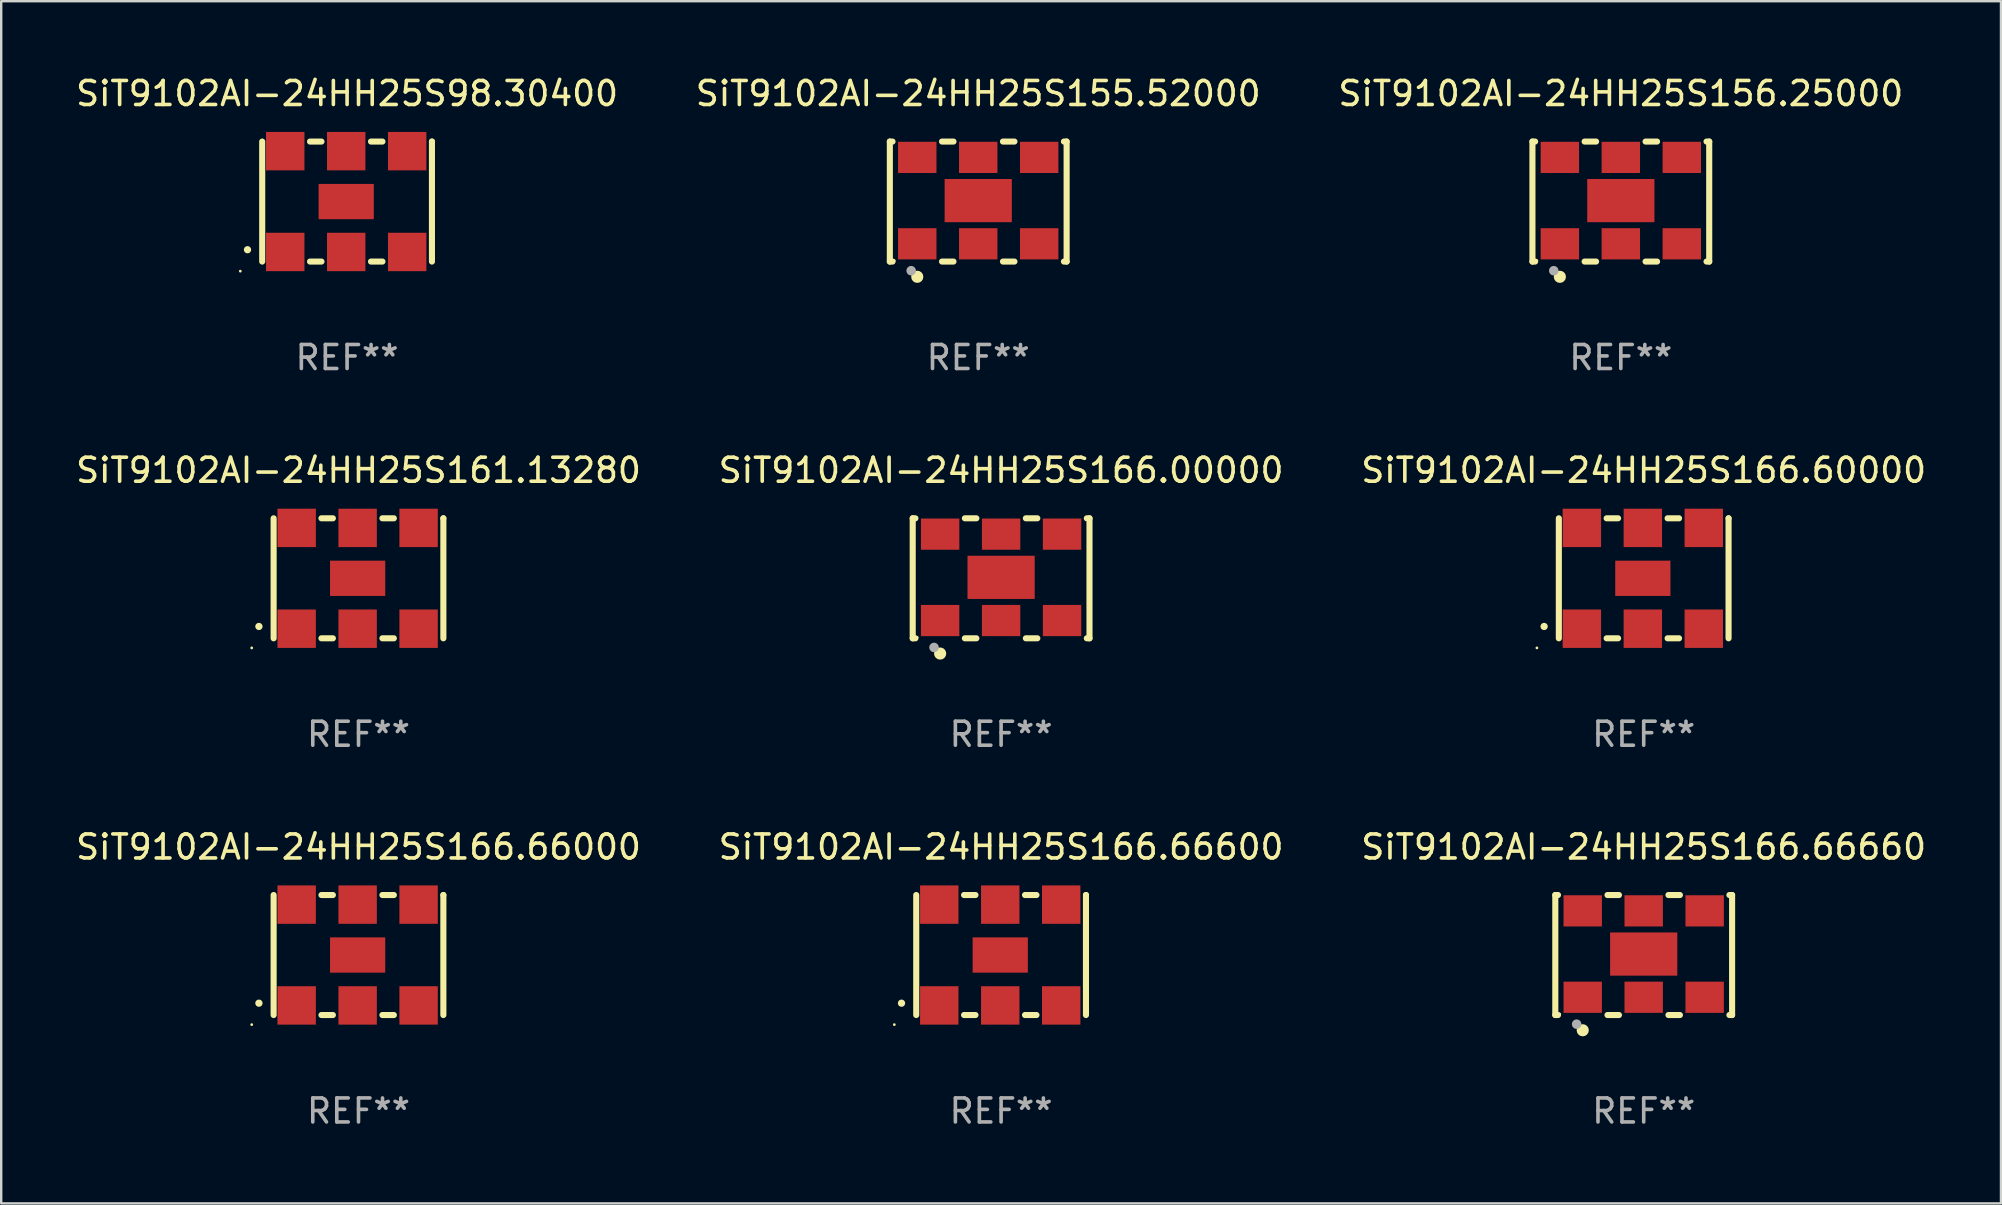
<source format=kicad_pcb>
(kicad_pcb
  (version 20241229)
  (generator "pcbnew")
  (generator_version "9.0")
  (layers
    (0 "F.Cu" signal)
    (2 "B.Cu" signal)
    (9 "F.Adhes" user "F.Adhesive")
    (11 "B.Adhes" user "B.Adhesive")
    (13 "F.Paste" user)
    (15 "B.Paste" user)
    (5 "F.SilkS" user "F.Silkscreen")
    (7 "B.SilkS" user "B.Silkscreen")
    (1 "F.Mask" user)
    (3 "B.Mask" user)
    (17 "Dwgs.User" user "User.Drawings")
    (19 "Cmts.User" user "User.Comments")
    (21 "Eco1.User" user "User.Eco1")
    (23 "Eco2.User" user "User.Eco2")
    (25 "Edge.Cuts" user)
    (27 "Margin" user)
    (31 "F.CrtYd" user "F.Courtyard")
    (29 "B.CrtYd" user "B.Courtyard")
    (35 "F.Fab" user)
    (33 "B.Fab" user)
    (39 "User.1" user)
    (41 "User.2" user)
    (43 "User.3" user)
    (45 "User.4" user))
  (footprint "SiT9102AI-24HH25S156.25000"
    (layer "F.Cu")
    (at 64.482 5.348)
    (property "Reference" "SiT9102AI-24HH25S156.25000" (at 0 -4.5 0) (layer "F.SilkS") (effects (font (size 1 1) (thickness 0.15))))
    (attr through_hole)
    (fp_line (start -3.683 -2.5) (end -3.571 -2.5) (stroke (width 0.254) (type solid)) (layer "F.SilkS"))
    (fp_line (start -3.683 2.5) (end -3.683 -2.5) (stroke (width 0.254) (type solid)) (layer "F.SilkS"))
    (fp_line (start -3.683 2.5) (end -3.571 2.5) (stroke (width 0.254) (type solid)) (layer "F.SilkS"))
    (fp_line (start -1.509 -2.5) (end -1.031 -2.5) (stroke (width 0.254) (type solid)) (layer "F.SilkS"))
    (fp_line (start -1.509 2.5) (end -1.031 2.5) (stroke (width 0.254) (type solid)) (layer "F.SilkS"))
    (fp_line (start 1.031 -2.5) (end 1.509 -2.5) (stroke (width 0.254) (type solid)) (layer "F.SilkS"))
    (fp_line (start 1.031 2.5) (end 1.509 2.5) (stroke (width 0.254) (type solid)) (layer "F.SilkS"))
    (fp_line (start 3.571 -2.5) (end 3.683 -2.5) (stroke (width 0.254) (type solid)) (layer "F.SilkS"))
    (fp_line (start 3.571 2.5) (end 3.683 2.5) (stroke (width 0.254) (type solid)) (layer "F.SilkS"))
    (fp_line (start 3.683 2.5) (end 3.683 -2.5) (stroke (width 0.254) (type solid)) (layer "F.SilkS"))
    (fp_circle (center -3.5 2.46) (end -3.47 2.46) (stroke (width 0.06) (type solid)) (fill no) (layer "F.SilkS"))
    (fp_circle (center -2.54 3.135) (end -2.413 3.135) (stroke (width 0.254) (type solid)) (fill no) (layer "F.SilkS"))
    (fp_circle (center -2.794 2.881) (end -2.694 2.881) (stroke (width 0.2) (type solid)) (fill no) (layer "F.Fab"))
    (fp_text user "REF**" (at 0 6.5 0) (layer "F.Fab") (effects (font (size 1 1) (thickness 0.15))))
    (pad "1" smd rect (at -2.54 1.76) (size 1.6 1.3) (layers "F.Cu" "F.Mask" "F.Paste"))
    (pad "2" smd rect (at 0 1.76) (size 1.6 1.3) (layers "F.Cu" "F.Mask" "F.Paste"))
    (pad "3" smd rect (at 2.54 1.76) (size 1.6 1.3) (layers "F.Cu" "F.Mask" "F.Paste"))
    (pad "4" smd rect (at 2.54 -1.84) (size 1.6 1.3) (layers "F.Cu" "F.Mask" "F.Paste"))
    (pad "5" smd rect (at 0 -1.84) (size 1.6 1.3) (layers "F.Cu" "F.Mask" "F.Paste"))
    (pad "6" smd rect (at -2.54 -1.84) (size 1.6 1.3) (layers "F.Cu" "F.Mask" "F.Paste"))
    (pad "7" smd rect (at 0 -0.04) (size 2.8 1.8) (layers "F.Cu" "F.Mask" "F.Paste")))
  (footprint "SiT9102AI-24HH25S166.66660"
    (layer "F.Cu")
    (at 65.435 36.741)
    (property "Reference" "SiT9102AI-24HH25S166.66660" (at 0 -4.5 0) (layer "F.SilkS") (effects (font (size 1 1) (thickness 0.15))))
    (attr through_hole)
    (fp_line (start -3.683 -2.5) (end -3.571 -2.5) (stroke (width 0.254) (type solid)) (layer "F.SilkS"))
    (fp_line (start -3.683 2.5) (end -3.683 -2.5) (stroke (width 0.254) (type solid)) (layer "F.SilkS"))
    (fp_line (start -3.683 2.5) (end -3.571 2.5) (stroke (width 0.254) (type solid)) (layer "F.SilkS"))
    (fp_line (start -1.509 -2.5) (end -1.031 -2.5) (stroke (width 0.254) (type solid)) (layer "F.SilkS"))
    (fp_line (start -1.509 2.5) (end -1.031 2.5) (stroke (width 0.254) (type solid)) (layer "F.SilkS"))
    (fp_line (start 1.031 -2.5) (end 1.509 -2.5) (stroke (width 0.254) (type solid)) (layer "F.SilkS"))
    (fp_line (start 1.031 2.5) (end 1.509 2.5) (stroke (width 0.254) (type solid)) (layer "F.SilkS"))
    (fp_line (start 3.571 -2.5) (end 3.683 -2.5) (stroke (width 0.254) (type solid)) (layer "F.SilkS"))
    (fp_line (start 3.571 2.5) (end 3.683 2.5) (stroke (width 0.254) (type solid)) (layer "F.SilkS"))
    (fp_line (start 3.683 2.5) (end 3.683 -2.5) (stroke (width 0.254) (type solid)) (layer "F.SilkS"))
    (fp_circle (center -3.5 2.46) (end -3.47 2.46) (stroke (width 0.06) (type solid)) (fill no) (layer "F.SilkS"))
    (fp_circle (center -2.54 3.135) (end -2.413 3.135) (stroke (width 0.254) (type solid)) (fill no) (layer "F.SilkS"))
    (fp_circle (center -2.794 2.881) (end -2.694 2.881) (stroke (width 0.2) (type solid)) (fill no) (layer "F.Fab"))
    (fp_text user "REF**" (at 0 6.5 0) (layer "F.Fab") (effects (font (size 1 1) (thickness 0.15))))
    (pad "1" smd rect (at -2.54 1.76) (size 1.6 1.3) (layers "F.Cu" "F.Mask" "F.Paste"))
    (pad "2" smd rect (at 0 1.76) (size 1.6 1.3) (layers "F.Cu" "F.Mask" "F.Paste"))
    (pad "3" smd rect (at 2.54 1.76) (size 1.6 1.3) (layers "F.Cu" "F.Mask" "F.Paste"))
    (pad "4" smd rect (at 2.54 -1.84) (size 1.6 1.3) (layers "F.Cu" "F.Mask" "F.Paste"))
    (pad "5" smd rect (at 0 -1.84) (size 1.6 1.3) (layers "F.Cu" "F.Mask" "F.Paste"))
    (pad "6" smd rect (at -2.54 -1.84) (size 1.6 1.3) (layers "F.Cu" "F.Mask" "F.Paste"))
    (pad "7" smd rect (at 0 -0.04) (size 2.8 1.8) (layers "F.Cu" "F.Mask" "F.Paste")))
  (footprint "SiT9102AI-24HH25S166.66600"
    (layer "F.Cu")
    (at 38.661 36.741)
    (property "Reference" "SiT9102AI-24HH25S166.66600" (at 0 -4.5 0) (layer "F.SilkS") (effects (font (size 1 1) (thickness 0.15))))
    (attr through_hole)
    (fp_line (start -3.536 -2.5) (end -3.536 2.5) (stroke (width 0.254) (type solid)) (layer "F.SilkS"))
    (fp_line (start -1.544 2.5) (end -1.067 2.5) (stroke (width 0.254) (type solid)) (layer "F.SilkS"))
    (fp_line (start -1.067 -2.5) (end -1.544 -2.5) (stroke (width 0.254) (type solid)) (layer "F.SilkS"))
    (fp_line (start 0.996 2.5) (end 1.473 2.5) (stroke (width 0.254) (type solid)) (layer "F.SilkS"))
    (fp_line (start 1.473 -2.5) (end 0.996 -2.5) (stroke (width 0.254) (type solid)) (layer "F.SilkS"))
    (fp_line (start 3.536 -2.5) (end 3.536 -2.5) (stroke (width 0.254) (type solid)) (layer "F.SilkS"))
    (fp_line (start 3.536 2.5) (end 3.536 -2.5) (stroke (width 0.254) (type solid)) (layer "F.SilkS"))
    (fp_arc (start -4.150432 2.006604) (mid -4.149162 2.006599) (end -4.147892 2.006604) (stroke (width 0.3) (type solid)) (layer "F.SilkS"))
    (fp_circle (center -4.449 2.9) (end -4.419 2.9) (stroke (width 0.06) (type solid)) (fill no) (layer "F.SilkS"))
    (fp_text user "REF**" (at 0 6.5 0) (layer "F.Fab") (effects (font (size 1 1) (thickness 0.15))))
    (pad "1" smd rect (at -2.576 2.1) (size 1.6 1.6) (layers "F.Cu" "F.Mask" "F.Paste"))
    (pad "2" smd rect (at -0.036 2.1) (size 1.6 1.6) (layers "F.Cu" "F.Mask" "F.Paste"))
    (pad "3" smd rect (at 2.504 2.1) (size 1.6 1.6) (layers "F.Cu" "F.Mask" "F.Paste"))
    (pad "4" smd rect (at 2.504 -2.1) (size 1.6 1.6) (layers "F.Cu" "F.Mask" "F.Paste"))
    (pad "5" smd rect (at -0.036 -2.1) (size 1.6 1.6) (layers "F.Cu" "F.Mask" "F.Paste"))
    (pad "6" smd rect (at -2.576 -2.1) (size 1.6 1.6) (layers "F.Cu" "F.Mask" "F.Paste"))
    (pad "7" smd rect (at -0.036 0) (size 2.3 1.47) (layers "F.Cu" "F.Mask" "F.Paste")))
  (footprint "SiT9102AI-24HH25S166.00000"
    (layer "F.Cu")
    (at 38.661 21.045)
    (property "Reference" "SiT9102AI-24HH25S166.00000" (at 0 -4.5 0) (layer "F.SilkS") (effects (font (size 1 1) (thickness 0.15))))
    (attr through_hole)
    (fp_line (start -3.683 -2.5) (end -3.571 -2.5) (stroke (width 0.254) (type solid)) (layer "F.SilkS"))
    (fp_line (start -3.683 2.5) (end -3.683 -2.5) (stroke (width 0.254) (type solid)) (layer "F.SilkS"))
    (fp_line (start -3.683 2.5) (end -3.571 2.5) (stroke (width 0.254) (type solid)) (layer "F.SilkS"))
    (fp_line (start -1.509 -2.5) (end -1.031 -2.5) (stroke (width 0.254) (type solid)) (layer "F.SilkS"))
    (fp_line (start -1.509 2.5) (end -1.031 2.5) (stroke (width 0.254) (type solid)) (layer "F.SilkS"))
    (fp_line (start 1.031 -2.5) (end 1.509 -2.5) (stroke (width 0.254) (type solid)) (layer "F.SilkS"))
    (fp_line (start 1.031 2.5) (end 1.509 2.5) (stroke (width 0.254) (type solid)) (layer "F.SilkS"))
    (fp_line (start 3.571 -2.5) (end 3.683 -2.5) (stroke (width 0.254) (type solid)) (layer "F.SilkS"))
    (fp_line (start 3.571 2.5) (end 3.683 2.5) (stroke (width 0.254) (type solid)) (layer "F.SilkS"))
    (fp_line (start 3.683 2.5) (end 3.683 -2.5) (stroke (width 0.254) (type solid)) (layer "F.SilkS"))
    (fp_circle (center -3.5 2.46) (end -3.47 2.46) (stroke (width 0.06) (type solid)) (fill no) (layer "F.SilkS"))
    (fp_circle (center -2.54 3.135) (end -2.413 3.135) (stroke (width 0.254) (type solid)) (fill no) (layer "F.SilkS"))
    (fp_circle (center -2.794 2.881) (end -2.694 2.881) (stroke (width 0.2) (type solid)) (fill no) (layer "F.Fab"))
    (fp_text user "REF**" (at 0 6.5 0) (layer "F.Fab") (effects (font (size 1 1) (thickness 0.15))))
    (pad "1" smd rect (at -2.54 1.76) (size 1.6 1.3) (layers "F.Cu" "F.Mask" "F.Paste"))
    (pad "2" smd rect (at 0 1.76) (size 1.6 1.3) (layers "F.Cu" "F.Mask" "F.Paste"))
    (pad "3" smd rect (at 2.54 1.76) (size 1.6 1.3) (layers "F.Cu" "F.Mask" "F.Paste"))
    (pad "4" smd rect (at 2.54 -1.84) (size 1.6 1.3) (layers "F.Cu" "F.Mask" "F.Paste"))
    (pad "5" smd rect (at 0 -1.84) (size 1.6 1.3) (layers "F.Cu" "F.Mask" "F.Paste"))
    (pad "6" smd rect (at -2.54 -1.84) (size 1.6 1.3) (layers "F.Cu" "F.Mask" "F.Paste"))
    (pad "7" smd rect (at 0 -0.04) (size 2.8 1.8) (layers "F.Cu" "F.Mask" "F.Paste")))
  (footprint "SiT9102AI-24HH25S155.52000"
    (layer "F.Cu")
    (at 37.708 5.348)
    (property "Reference" "SiT9102AI-24HH25S155.52000" (at 0 -4.5 0) (layer "F.SilkS") (effects (font (size 1 1) (thickness 0.15))))
    (attr through_hole)
    (fp_line (start -3.683 -2.5) (end -3.571 -2.5) (stroke (width 0.254) (type solid)) (layer "F.SilkS"))
    (fp_line (start -3.683 2.5) (end -3.683 -2.5) (stroke (width 0.254) (type solid)) (layer "F.SilkS"))
    (fp_line (start -3.683 2.5) (end -3.571 2.5) (stroke (width 0.254) (type solid)) (layer "F.SilkS"))
    (fp_line (start -1.509 -2.5) (end -1.031 -2.5) (stroke (width 0.254) (type solid)) (layer "F.SilkS"))
    (fp_line (start -1.509 2.5) (end -1.031 2.5) (stroke (width 0.254) (type solid)) (layer "F.SilkS"))
    (fp_line (start 1.031 -2.5) (end 1.509 -2.5) (stroke (width 0.254) (type solid)) (layer "F.SilkS"))
    (fp_line (start 1.031 2.5) (end 1.509 2.5) (stroke (width 0.254) (type solid)) (layer "F.SilkS"))
    (fp_line (start 3.571 -2.5) (end 3.683 -2.5) (stroke (width 0.254) (type solid)) (layer "F.SilkS"))
    (fp_line (start 3.571 2.5) (end 3.683 2.5) (stroke (width 0.254) (type solid)) (layer "F.SilkS"))
    (fp_line (start 3.683 2.5) (end 3.683 -2.5) (stroke (width 0.254) (type solid)) (layer "F.SilkS"))
    (fp_circle (center -3.5 2.46) (end -3.47 2.46) (stroke (width 0.06) (type solid)) (fill no) (layer "F.SilkS"))
    (fp_circle (center -2.54 3.135) (end -2.413 3.135) (stroke (width 0.254) (type solid)) (fill no) (layer "F.SilkS"))
    (fp_circle (center -2.794 2.881) (end -2.694 2.881) (stroke (width 0.2) (type solid)) (fill no) (layer "F.Fab"))
    (fp_text user "REF**" (at 0 6.5 0) (layer "F.Fab") (effects (font (size 1 1) (thickness 0.15))))
    (pad "1" smd rect (at -2.54 1.76) (size 1.6 1.3) (layers "F.Cu" "F.Mask" "F.Paste"))
    (pad "2" smd rect (at 0 1.76) (size 1.6 1.3) (layers "F.Cu" "F.Mask" "F.Paste"))
    (pad "3" smd rect (at 2.54 1.76) (size 1.6 1.3) (layers "F.Cu" "F.Mask" "F.Paste"))
    (pad "4" smd rect (at 2.54 -1.84) (size 1.6 1.3) (layers "F.Cu" "F.Mask" "F.Paste"))
    (pad "5" smd rect (at 0 -1.84) (size 1.6 1.3) (layers "F.Cu" "F.Mask" "F.Paste"))
    (pad "6" smd rect (at -2.54 -1.84) (size 1.6 1.3) (layers "F.Cu" "F.Mask" "F.Paste"))
    (pad "7" smd rect (at 0 -0.04) (size 2.8 1.8) (layers "F.Cu" "F.Mask" "F.Paste")))
  (footprint "SiT9102AI-24HH25S98.30400"
    (layer "F.Cu")
    (at 11.411 5.348)
    (property "Reference" "SiT9102AI-24HH25S98.30400" (at 0 -4.5 0) (layer "F.SilkS") (effects (font (size 1 1) (thickness 0.15))))
    (attr through_hole)
    (fp_line (start -3.536 -2.5) (end -3.536 2.5) (stroke (width 0.254) (type solid)) (layer "F.SilkS"))
    (fp_line (start -1.544 2.5) (end -1.067 2.5) (stroke (width 0.254) (type solid)) (layer "F.SilkS"))
    (fp_line (start -1.067 -2.5) (end -1.544 -2.5) (stroke (width 0.254) (type solid)) (layer "F.SilkS"))
    (fp_line (start 0.996 2.5) (end 1.473 2.5) (stroke (width 0.254) (type solid)) (layer "F.SilkS"))
    (fp_line (start 1.473 -2.5) (end 0.996 -2.5) (stroke (width 0.254) (type solid)) (layer "F.SilkS"))
    (fp_line (start 3.536 -2.5) (end 3.536 -2.5) (stroke (width 0.254) (type solid)) (layer "F.SilkS"))
    (fp_line (start 3.536 2.5) (end 3.536 -2.5) (stroke (width 0.254) (type solid)) (layer "F.SilkS"))
    (fp_arc (start -4.150432 2.006604) (mid -4.149162 2.006599) (end -4.147892 2.006604) (stroke (width 0.3) (type solid)) (layer "F.SilkS"))
    (fp_circle (center -4.449 2.9) (end -4.419 2.9) (stroke (width 0.06) (type solid)) (fill no) (layer "F.SilkS"))
    (fp_text user "REF**" (at 0 6.5 0) (layer "F.Fab") (effects (font (size 1 1) (thickness 0.15))))
    (pad "1" smd rect (at -2.576 2.1) (size 1.6 1.6) (layers "F.Cu" "F.Mask" "F.Paste"))
    (pad "2" smd rect (at -0.036 2.1) (size 1.6 1.6) (layers "F.Cu" "F.Mask" "F.Paste"))
    (pad "3" smd rect (at 2.504 2.1) (size 1.6 1.6) (layers "F.Cu" "F.Mask" "F.Paste"))
    (pad "4" smd rect (at 2.504 -2.1) (size 1.6 1.6) (layers "F.Cu" "F.Mask" "F.Paste"))
    (pad "5" smd rect (at -0.036 -2.1) (size 1.6 1.6) (layers "F.Cu" "F.Mask" "F.Paste"))
    (pad "6" smd rect (at -2.576 -2.1) (size 1.6 1.6) (layers "F.Cu" "F.Mask" "F.Paste"))
    (pad "7" smd rect (at -0.036 0) (size 2.3 1.47) (layers "F.Cu" "F.Mask" "F.Paste")))
  (footprint "SiT9102AI-24HH25S166.60000"
    (layer "F.Cu")
    (at 65.435 21.045)
    (property "Reference" "SiT9102AI-24HH25S166.60000" (at 0 -4.5 0) (layer "F.SilkS") (effects (font (size 1 1) (thickness 0.15))))
    (attr through_hole)
    (fp_line (start -3.536 -2.5) (end -3.536 2.5) (stroke (width 0.254) (type solid)) (layer "F.SilkS"))
    (fp_line (start -1.544 2.5) (end -1.067 2.5) (stroke (width 0.254) (type solid)) (layer "F.SilkS"))
    (fp_line (start -1.067 -2.5) (end -1.544 -2.5) (stroke (width 0.254) (type solid)) (layer "F.SilkS"))
    (fp_line (start 0.996 2.5) (end 1.473 2.5) (stroke (width 0.254) (type solid)) (layer "F.SilkS"))
    (fp_line (start 1.473 -2.5) (end 0.996 -2.5) (stroke (width 0.254) (type solid)) (layer "F.SilkS"))
    (fp_line (start 3.536 -2.5) (end 3.536 -2.5) (stroke (width 0.254) (type solid)) (layer "F.SilkS"))
    (fp_line (start 3.536 2.5) (end 3.536 -2.5) (stroke (width 0.254) (type solid)) (layer "F.SilkS"))
    (fp_arc (start -4.150432 2.006604) (mid -4.149162 2.006599) (end -4.147892 2.006604) (stroke (width 0.3) (type solid)) (layer "F.SilkS"))
    (fp_circle (center -4.449 2.9) (end -4.419 2.9) (stroke (width 0.06) (type solid)) (fill no) (layer "F.SilkS"))
    (fp_text user "REF**" (at 0 6.5 0) (layer "F.Fab") (effects (font (size 1 1) (thickness 0.15))))
    (pad "1" smd rect (at -2.576 2.1) (size 1.6 1.6) (layers "F.Cu" "F.Mask" "F.Paste"))
    (pad "2" smd rect (at -0.036 2.1) (size 1.6 1.6) (layers "F.Cu" "F.Mask" "F.Paste"))
    (pad "3" smd rect (at 2.504 2.1) (size 1.6 1.6) (layers "F.Cu" "F.Mask" "F.Paste"))
    (pad "4" smd rect (at 2.504 -2.1) (size 1.6 1.6) (layers "F.Cu" "F.Mask" "F.Paste"))
    (pad "5" smd rect (at -0.036 -2.1) (size 1.6 1.6) (layers "F.Cu" "F.Mask" "F.Paste"))
    (pad "6" smd rect (at -2.576 -2.1) (size 1.6 1.6) (layers "F.Cu" "F.Mask" "F.Paste"))
    (pad "7" smd rect (at -0.036 0) (size 2.3 1.47) (layers "F.Cu" "F.Mask" "F.Paste")))
  (footprint "SiT9102AI-24HH25S166.66000"
    (layer "F.Cu")
    (at 11.887 36.741)
    (property "Reference" "SiT9102AI-24HH25S166.66000" (at 0 -4.5 0) (layer "F.SilkS") (effects (font (size 1 1) (thickness 0.15))))
    (attr through_hole)
    (fp_line (start -3.536 -2.5) (end -3.536 2.5) (stroke (width 0.254) (type solid)) (layer "F.SilkS"))
    (fp_line (start -1.544 2.5) (end -1.067 2.5) (stroke (width 0.254) (type solid)) (layer "F.SilkS"))
    (fp_line (start -1.067 -2.5) (end -1.544 -2.5) (stroke (width 0.254) (type solid)) (layer "F.SilkS"))
    (fp_line (start 0.996 2.5) (end 1.473 2.5) (stroke (width 0.254) (type solid)) (layer "F.SilkS"))
    (fp_line (start 1.473 -2.5) (end 0.996 -2.5) (stroke (width 0.254) (type solid)) (layer "F.SilkS"))
    (fp_line (start 3.536 -2.5) (end 3.536 -2.5) (stroke (width 0.254) (type solid)) (layer "F.SilkS"))
    (fp_line (start 3.536 2.5) (end 3.536 -2.5) (stroke (width 0.254) (type solid)) (layer "F.SilkS"))
    (fp_arc (start -4.150432 2.006604) (mid -4.149162 2.006599) (end -4.147892 2.006604) (stroke (width 0.3) (type solid)) (layer "F.SilkS"))
    (fp_circle (center -4.449 2.9) (end -4.419 2.9) (stroke (width 0.06) (type solid)) (fill no) (layer "F.SilkS"))
    (fp_text user "REF**" (at 0 6.5 0) (layer "F.Fab") (effects (font (size 1 1) (thickness 0.15))))
    (pad "1" smd rect (at -2.576 2.1) (size 1.6 1.6) (layers "F.Cu" "F.Mask" "F.Paste"))
    (pad "2" smd rect (at -0.036 2.1) (size 1.6 1.6) (layers "F.Cu" "F.Mask" "F.Paste"))
    (pad "3" smd rect (at 2.504 2.1) (size 1.6 1.6) (layers "F.Cu" "F.Mask" "F.Paste"))
    (pad "4" smd rect (at 2.504 -2.1) (size 1.6 1.6) (layers "F.Cu" "F.Mask" "F.Paste"))
    (pad "5" smd rect (at -0.036 -2.1) (size 1.6 1.6) (layers "F.Cu" "F.Mask" "F.Paste"))
    (pad "6" smd rect (at -2.576 -2.1) (size 1.6 1.6) (layers "F.Cu" "F.Mask" "F.Paste"))
    (pad "7" smd rect (at -0.036 0) (size 2.3 1.47) (layers "F.Cu" "F.Mask" "F.Paste")))
  (footprint "SiT9102AI-24HH25S161.13280"
    (layer "F.Cu")
    (at 11.887 21.045)
    (property "Reference" "SiT9102AI-24HH25S161.13280" (at 0 -4.5 0) (layer "F.SilkS") (effects (font (size 1 1) (thickness 0.15))))
    (attr through_hole)
    (fp_line (start -3.536 -2.5) (end -3.536 2.5) (stroke (width 0.254) (type solid)) (layer "F.SilkS"))
    (fp_line (start -1.544 2.5) (end -1.067 2.5) (stroke (width 0.254) (type solid)) (layer "F.SilkS"))
    (fp_line (start -1.067 -2.5) (end -1.544 -2.5) (stroke (width 0.254) (type solid)) (layer "F.SilkS"))
    (fp_line (start 0.996 2.5) (end 1.473 2.5) (stroke (width 0.254) (type solid)) (layer "F.SilkS"))
    (fp_line (start 1.473 -2.5) (end 0.996 -2.5) (stroke (width 0.254) (type solid)) (layer "F.SilkS"))
    (fp_line (start 3.536 -2.5) (end 3.536 -2.5) (stroke (width 0.254) (type solid)) (layer "F.SilkS"))
    (fp_line (start 3.536 2.5) (end 3.536 -2.5) (stroke (width 0.254) (type solid)) (layer "F.SilkS"))
    (fp_arc (start -4.150432 2.006604) (mid -4.149162 2.006599) (end -4.147892 2.006604) (stroke (width 0.3) (type solid)) (layer "F.SilkS"))
    (fp_circle (center -4.449 2.9) (end -4.419 2.9) (stroke (width 0.06) (type solid)) (fill no) (layer "F.SilkS"))
    (fp_text user "REF**" (at 0 6.5 0) (layer "F.Fab") (effects (font (size 1 1) (thickness 0.15))))
    (pad "1" smd rect (at -2.576 2.1) (size 1.6 1.6) (layers "F.Cu" "F.Mask" "F.Paste"))
    (pad "2" smd rect (at -0.036 2.1) (size 1.6 1.6) (layers "F.Cu" "F.Mask" "F.Paste"))
    (pad "3" smd rect (at 2.504 2.1) (size 1.6 1.6) (layers "F.Cu" "F.Mask" "F.Paste"))
    (pad "4" smd rect (at 2.504 -2.1) (size 1.6 1.6) (layers "F.Cu" "F.Mask" "F.Paste"))
    (pad "5" smd rect (at -0.036 -2.1) (size 1.6 1.6) (layers "F.Cu" "F.Mask" "F.Paste"))
    (pad "6" smd rect (at -2.576 -2.1) (size 1.6 1.6) (layers "F.Cu" "F.Mask" "F.Paste"))
    (pad "7" smd rect (at -0.036 0) (size 2.3 1.47) (layers "F.Cu" "F.Mask" "F.Paste")))
  (gr_rect
    (start -3 -3)
    (end 80.321 47.09)
    (stroke (width 0.1) (type default))
    (fill no)
    (layer "Edge.Cuts")))
</source>
